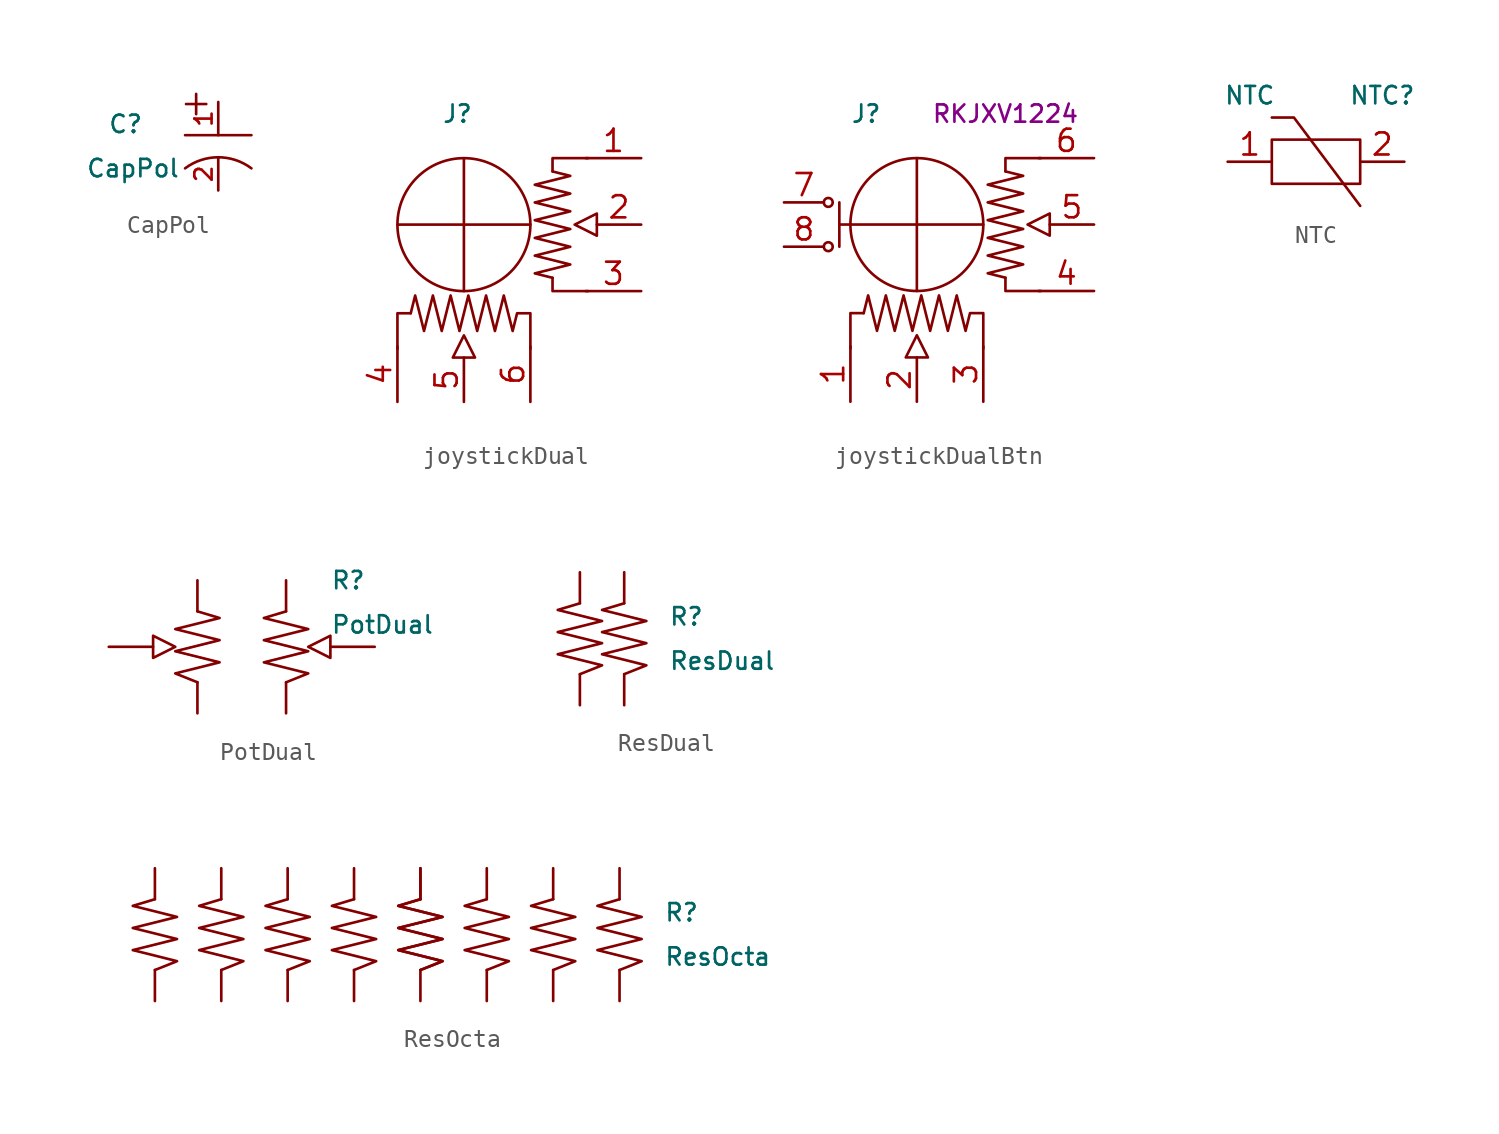
<source format=kicad_sym>
(kicad_symbol_lib
  (version 20220914)
  (generator kicad_symbol_editor)
  (symbol "CapPol"
    (pin_names hide)
    (property "Reference" "C"
      (at -6.35 1.27 0)
      (effects (font (size 1 1)) (justify left)))
    (property "Value" "CapPol"
      (at -7.62 -1.27 0)
      (effects (font (size 1 1)) (justify left)))
    (symbol "CapPol_0_0"
      (text "+" (at -1.27 2.54 0) (effects (font (size 1.524 1.524)))))
    (symbol "CapPol_0_1"
      (polyline (pts (xy -1.905 0.635) (xy 1.905 0.635)) (stroke (width 0) (type default)) (fill (type none)))
      (arc (start 1.905 -1.27) (mid 0 -0.635) (end -1.905 -1.27) (stroke (width 0) (type default)) (fill (type none))))
    (symbol "CapPol_1_1"
      (pin passive line (at 0 2.54 270) (length 1.905) (name "1" (effects (font (size 0.991 0.991)))) (number "1" (effects (font (size 0.991 0.991)))))
      (pin passive line (at 0 -2.54 90) (length 1.905) (name "2" (effects (font (size 0.991 0.991)))) (number "2" (effects (font (size 0.991 0.991)))))))
  (symbol "joystickDual"
    (pin_names hide)
    (property "Reference" "J"
      (at -1.27 6.35 0)
      (effects (font (size 0.991 0.991)) (justify left)))
    (symbol "joystickDual_0_1"
      (polyline (pts (xy -3.81 0) (xy 3.81 0)) (stroke (width 0) (type default)) (fill (type none)))
      (polyline (pts (xy 0 3.81) (xy 0 -3.81)) (stroke (width 0) (type default)) (fill (type none)))
      (polyline (pts (xy -3.048 -5.08) (xy -3.81 -5.08) (xy -3.81 -7.112)) (stroke (width 0) (type default)) (fill (type none)))
      (polyline (pts (xy 5.08 -3.048) (xy 5.08 -3.81) (xy 7.112 -3.81)) (stroke (width 0) (type default)) (fill (type none)))
      (polyline (pts (xy 5.08 3.048) (xy 5.08 3.81) (xy 7.112 3.81)) (stroke (width 0) (type default)) (fill (type none)))
      (polyline (pts (xy -0.635 -7.62) (xy 0 -6.35) (xy 0.635 -7.62) (xy -0.635 -7.62)) (stroke (width 0) (type default)) (fill (type none)))
      (polyline (pts (xy 7.62 0.635) (xy 7.62 -0.635) (xy 6.35 0) (xy 7.62 0.635)) (stroke (width 0) (type default)) (fill (type none)))
      (polyline (pts (xy 5.08 -3.048) (xy 4.064 -2.794) (xy 6.096 -2.286) (xy 4.064 -1.778) (xy 6.096 -1.27) (xy 4.064 -0.762) (xy 6.096 -0.254) (xy 4.064 0.254) (xy 6.096 0.762) (xy 4.064 1.27) (xy 6.096 1.778) (xy 4.064 2.286) (xy 6.096 2.794) (xy 5.08 3.048)) (stroke (width 0) (type default)) (fill (type none)))
      (circle (center 0 0) (radius 3.81) (stroke (width 0) (type default)) (fill (type none))))
    (symbol "joystickDual_1_1"
      (polyline (pts (xy -3.048 -5.08) (xy -2.794 -4.064) (xy -2.286 -6.096) (xy -1.778 -4.064) (xy -1.27 -6.096) (xy -0.762 -4.064) (xy -0.254 -6.096) (xy 0.254 -4.064) (xy 0.762 -6.096) (xy 1.27 -4.064) (xy 1.778 -6.096) (xy 2.286 -4.064) (xy 2.794 -6.096) (xy 3.048 -5.08) (xy 3.81 -5.08) (xy 3.81 -7.112)) (stroke (width 0) (type default)) (fill (type none)))
      (pin passive line (at 10.16 3.81 180) (length 3.175) (name "1" (effects (font (size 1.27 1.27)))) (number "1" (effects (font (size 1.27 1.27)))))
      (pin passive line (at 10.16 0 180) (length 2.54) (name "2" (effects (font (size 1.27 1.27)))) (number "2" (effects (font (size 1.27 1.27)))))
      (pin passive line (at 10.16 -3.81 180) (length 3.175) (name "3" (effects (font (size 1.27 1.27)))) (number "3" (effects (font (size 1.27 1.27)))))
      (pin passive line (at -3.81 -10.16 90) (length 3.175) (name "4" (effects (font (size 1.27 1.27)))) (number "4" (effects (font (size 1.27 1.27)))))
      (pin passive line (at 0 -10.16 90) (length 2.54) (name "5" (effects (font (size 1.27 1.27)))) (number "5" (effects (font (size 1.27 1.27)))))
      (pin passive line (at 3.81 -10.16 90) (length 3.175) (name "6" (effects (font (size 1.27 1.27)))) (number "6" (effects (font (size 1.27 1.27)))))))
  (symbol "joystickDualBtn"
    (pin_names hide)
    (property "Reference" "J"
      (at -3.81 6.35 0)
      (effects (font (size 0.991 0.991)) (justify left)))
    (property "MPN" "RKJXV1224"
      (at 5.08 6.35 0)
      (effects (font (size 0.991 0.991))))
    (symbol "joystickDualBtn_0_1"
      (circle (center -5.08 -1.27) (radius 0.254) (stroke (width 0) (type default)) (fill (type none)))
      (circle (center -5.08 1.27) (radius 0.254) (stroke (width 0) (type default)) (fill (type none)))
      (polyline (pts (xy -4.445 0) (xy -3.81 0)) (stroke (width 0) (type default)) (fill (type none)))
      (polyline (pts (xy -4.445 1.27) (xy -4.445 -1.27)) (stroke (width 0) (type default)) (fill (type none)))
      (polyline (pts (xy -3.81 0) (xy 3.81 0)) (stroke (width 0) (type default)) (fill (type none)))
      (polyline (pts (xy 0 3.81) (xy 0 -3.81)) (stroke (width 0) (type default)) (fill (type none)))
      (polyline (pts (xy -3.048 -5.08) (xy -3.81 -5.08) (xy -3.81 -7.112)) (stroke (width 0) (type default)) (fill (type none)))
      (polyline (pts (xy 5.08 -3.048) (xy 5.08 -3.81) (xy 7.112 -3.81)) (stroke (width 0) (type default)) (fill (type none)))
      (polyline (pts (xy 5.08 3.048) (xy 5.08 3.81) (xy 7.112 3.81)) (stroke (width 0) (type default)) (fill (type none)))
      (polyline (pts (xy -0.635 -7.62) (xy 0 -6.35) (xy 0.635 -7.62) (xy -0.635 -7.62)) (stroke (width 0) (type default)) (fill (type none)))
      (polyline (pts (xy 7.62 0.635) (xy 7.62 -0.635) (xy 6.35 0) (xy 7.62 0.635)) (stroke (width 0) (type default)) (fill (type none)))
      (polyline (pts (xy 5.08 -3.048) (xy 4.064 -2.794) (xy 6.096 -2.286) (xy 4.064 -1.778) (xy 6.096 -1.27) (xy 4.064 -0.762) (xy 6.096 -0.254) (xy 4.064 0.254) (xy 6.096 0.762) (xy 4.064 1.27) (xy 6.096 1.778) (xy 4.064 2.286) (xy 6.096 2.794) (xy 5.08 3.048)) (stroke (width 0) (type default)) (fill (type none)))
      (circle (center 0 0) (radius 3.81) (stroke (width 0) (type default)) (fill (type none))))
    (symbol "joystickDualBtn_1_1"
      (polyline (pts (xy -3.048 -5.08) (xy -2.794 -4.064) (xy -2.286 -6.096) (xy -1.778 -4.064) (xy -1.27 -6.096) (xy -0.762 -4.064) (xy -0.254 -6.096) (xy 0.254 -4.064) (xy 0.762 -6.096) (xy 1.27 -4.064) (xy 1.778 -6.096) (xy 2.286 -4.064) (xy 2.794 -6.096) (xy 3.048 -5.08) (xy 3.81 -5.08) (xy 3.81 -7.112)) (stroke (width 0) (type default)) (fill (type none)))
      (pin passive line (at -3.81 -10.16 90) (length 3.175) (name "~" (effects (font (size 1.27 1.27)))) (number "1" (effects (font (size 1.27 1.27)))))
      (pin passive line (at 0 -10.16 90) (length 2.54) (name "~" (effects (font (size 1.27 1.27)))) (number "2" (effects (font (size 1.27 1.27)))))
      (pin passive line (at 3.81 -10.16 90) (length 3.175) (name "~" (effects (font (size 1.27 1.27)))) (number "3" (effects (font (size 1.27 1.27)))))
      (pin passive line (at 10.16 -3.81 180) (length 3.175) (name "~" (effects (font (size 1.27 1.27)))) (number "4" (effects (font (size 1.27 1.27)))))
      (pin passive line (at 10.16 0 180) (length 2.54) (name "~" (effects (font (size 1.27 1.27)))) (number "5" (effects (font (size 1.27 1.27)))))
      (pin passive line (at 10.16 3.81 180) (length 3.175) (name "~" (effects (font (size 1.27 1.27)))) (number "6" (effects (font (size 1.27 1.27)))))
      (pin passive line (at -7.62 1.27 0) (length 2.286) (name "7" (effects (font (size 1.27 1.27)))) (number "7" (effects (font (size 1.27 1.27)))))
      (pin passive line (at -7.62 -1.27 0) (length 2.286) (name "8" (effects (font (size 1.27 1.27)))) (number "8" (effects (font (size 1.27 1.27)))))))
  (symbol "NTC"
    (property "Reference" "NTC"
      (at 3.81 3.81 0)
      (effects (font (size 1 1))))
    (property "Value" "NTC"
      (at -3.81 3.81 0)
      (effects (font (size 1 1))))
    (symbol "NTC_0_1"
      (polyline (pts (xy -2.54 2.54) (xy -1.27 2.54) (xy 2.54 -2.54)) (stroke (width 0) (type default)) (fill (type none)))
      (polyline (pts (xy -2.54 1.27) (xy -2.54 -1.27) (xy 2.54 -1.27) (xy 2.54 1.27) (xy -2.54 1.27)) (stroke (width 0) (type default)) (fill (type none))))
    (symbol "NTC_1_1"
      (pin passive line (at -5.08 0 0) (length 2.54) (name "~" (effects (font (size 1.27 1.27)))) (number "1" (effects (font (size 1.27 1.27)))))
      (pin passive line (at 5.08 0 180) (length 2.54) (name "~" (effects (font (size 1.27 1.27)))) (number "2" (effects (font (size 1.27 1.27)))))))
  (symbol "PotDual"
    (pin_numbers hide)
    (pin_names hide)
    (property "Reference" "R"
      (at 5.08 3.81 0)
      (effects (font (size 0.991 0.991)) (justify left)))
    (property "Value" "PotDual"
      (at 5.08 1.27 0)
      (effects (font (size 0.991 0.991)) (justify left)))
    (symbol "PotDual_0_1"
      (polyline (pts (xy 5.08 0.635) (xy 5.08 -0.635) (xy 3.81 0) (xy 5.08 0.635)) (stroke (width 0) (type default)) (fill (type none)))
      (polyline (pts (xy 2.54 2.032) (xy 1.27 1.651) (xy 3.81 1.016) (xy 1.27 0.381) (xy 3.81 -0.254) (xy 1.27 -0.889) (xy 3.81 -1.524) (xy 2.54 -2.032)) (stroke (width 0) (type default)) (fill (type none))))
    (symbol "PotDual_1_1"
      (polyline (pts (xy -5.08 0.635) (xy -5.08 -0.635) (xy -3.81 0) (xy -5.08 0.635)) (stroke (width 0) (type default)) (fill (type none)))
      (polyline (pts (xy -2.54 2.032) (xy -1.27 1.651) (xy -3.81 1.016) (xy -1.27 0.381) (xy -3.81 -0.254) (xy -1.27 -0.889) (xy -3.81 -1.524) (xy -2.54 -2.032)) (stroke (width 0) (type default)) (fill (type none)))
      (pin passive line (at -2.54 3.81 270) (length 1.778) (name "1" (effects (font (size 1.27 1.27)))) (number "1" (effects (font (size 1.27 1.27)))))
      (pin passive line (at 2.54 3.81 270) (length 1.778) (name "1" (effects (font (size 1.27 1.27)))) (number "1" (effects (font (size 1.27 1.27)))))
      (pin passive line (at -7.62 0 0) (length 2.54) (name "2" (effects (font (size 1.27 1.27)))) (number "2" (effects (font (size 1.27 1.27)))))
      (pin passive line (at 7.62 0 180) (length 2.54) (name "2" (effects (font (size 1.27 1.27)))) (number "2" (effects (font (size 1.27 1.27)))))
      (pin passive line (at -2.54 -3.81 90) (length 1.778) (name "3" (effects (font (size 1.27 1.27)))) (number "3" (effects (font (size 1.27 1.27)))))
      (pin passive line (at 2.54 -3.81 90) (length 1.778) (name "3" (effects (font (size 1.27 1.27)))) (number "3" (effects (font (size 1.27 1.27)))))))
  (symbol "ResDual"
    (pin_numbers hide)
    (pin_names hide)
    (property "Reference" "R"
      (at 3.81 1.27 0)
      (effects (font (size 0.991 0.991)) (justify left)))
    (property "Value" "ResDual"
      (at 3.81 -1.27 0)
      (effects (font (size 0.991 0.991)) (justify left)))
    (symbol "ResDual_0_1"
      (polyline (pts (xy -1.27 2.032) (xy -2.54 1.651) (xy 0 1.016) (xy -2.54 0.381) (xy 0 -0.254) (xy -2.54 -0.889) (xy 0 -1.524) (xy -1.27 -2.032)) (stroke (width 0) (type default)) (fill (type none)))
      (polyline (pts (xy 1.27 2.032) (xy 0 1.651) (xy 2.54 1.016) (xy 0 0.381) (xy 2.54 -0.254) (xy 0 -0.889) (xy 2.54 -1.524) (xy 1.27 -2.032)) (stroke (width 0) (type default)) (fill (type none))))
    (symbol "ResDual_1_1"
      (pin passive line (at 1.27 3.81 270) (length 1.778) (name "1" (effects (font (size 1.27 1.27)))) (number "1" (effects (font (size 1.27 1.27)))))
      (pin passive line (at -1.27 3.81 270) (length 1.778) (name "2" (effects (font (size 1.27 1.27)))) (number "2" (effects (font (size 1.27 1.27)))))
      (pin passive line (at -1.27 -3.81 90) (length 1.778) (name "3" (effects (font (size 1.27 1.27)))) (number "3" (effects (font (size 1.27 1.27)))))
      (pin passive line (at 1.27 -3.81 90) (length 1.778) (name "4" (effects (font (size 1.27 1.27)))) (number "4" (effects (font (size 1.27 1.27)))))))
  (symbol "ResOcta"
    (pin_numbers hide)
    (pin_names hide)
    (property "Reference" "R"
      (at 15.24 1.27 0)
      (effects (font (size 0.991 0.991)) (justify left)))
    (property "Value" "ResOcta"
      (at 15.24 -1.27 0)
      (effects (font (size 0.991 0.991)) (justify left)))
    (symbol "ResOcta_0_1"
      (polyline (pts (xy -13.97 2.032) (xy -15.24 1.651) (xy -12.7 1.016) (xy -15.24 0.381) (xy -12.7 -0.254) (xy -15.24 -0.889) (xy -12.7 -1.524) (xy -13.97 -2.032)) (stroke (width 0) (type default)) (fill (type none)))
      (polyline (pts (xy -10.16 2.032) (xy -11.43 1.651) (xy -8.89 1.016) (xy -11.43 0.381) (xy -8.89 -0.254) (xy -11.43 -0.889) (xy -8.89 -1.524) (xy -10.16 -2.032)) (stroke (width 0) (type default)) (fill (type none)))
      (polyline (pts (xy -6.35 2.032) (xy -7.62 1.651) (xy -5.08 1.016) (xy -7.62 0.381) (xy -5.08 -0.254) (xy -7.62 -0.889) (xy -5.08 -1.524) (xy -6.35 -2.032)) (stroke (width 0) (type default)) (fill (type none)))
      (polyline (pts (xy -2.54 2.032) (xy -3.81 1.651) (xy -1.27 1.016) (xy -3.81 0.381) (xy -1.27 -0.254) (xy -3.81 -0.889) (xy -1.27 -1.524) (xy -2.54 -2.032)) (stroke (width 0) (type default)) (fill (type none)))
      (polyline (pts (xy 1.27 2.032) (xy 0 1.651) (xy 2.54 1.016) (xy 0 0.381) (xy 2.54 -0.254) (xy 0 -0.889) (xy 2.54 -1.524) (xy 1.27 -2.032)) (stroke (width 0) (type default)) (fill (type none)))
      (polyline (pts (xy 1.27 2.032) (xy 0 1.651) (xy 2.54 1.016) (xy 0 0.381) (xy 2.54 -0.254) (xy 0 -0.889) (xy 2.54 -1.524) (xy 1.27 -2.032)) (stroke (width 0) (type default)) (fill (type none)))
      (polyline (pts (xy 5.08 2.032) (xy 3.81 1.651) (xy 6.35 1.016) (xy 3.81 0.381) (xy 6.35 -0.254) (xy 3.81 -0.889) (xy 6.35 -1.524) (xy 5.08 -2.032)) (stroke (width 0) (type default)) (fill (type none)))
      (polyline (pts (xy 8.89 2.032) (xy 7.62 1.651) (xy 10.16 1.016) (xy 7.62 0.381) (xy 10.16 -0.254) (xy 7.62 -0.889) (xy 10.16 -1.524) (xy 8.89 -2.032)) (stroke (width 0) (type default)) (fill (type none)))
      (polyline (pts (xy 12.7 2.032) (xy 11.43 1.651) (xy 13.97 1.016) (xy 11.43 0.381) (xy 13.97 -0.254) (xy 11.43 -0.889) (xy 13.97 -1.524) (xy 12.7 -2.032)) (stroke (width 0) (type default)) (fill (type none))))
    (symbol "ResOcta_1_1"
      (pin passive line (at 12.7 3.81 270) (length 1.778) (name "1" (effects (font (size 1.27 1.27)))) (number "1" (effects (font (size 1.27 1.27)))))
      (pin passive line (at -10.16 -3.81 90) (length 1.778) (name "10" (effects (font (size 1.27 1.27)))) (number "10" (effects (font (size 1.27 1.27)))))
      (pin passive line (at -6.35 -3.81 90) (length 1.778) (name "11" (effects (font (size 1.27 1.27)))) (number "11" (effects (font (size 1.27 1.27)))))
      (pin passive line (at -2.54 -3.81 90) (length 1.778) (name "12" (effects (font (size 1.27 1.27)))) (number "12" (effects (font (size 1.27 1.27)))))
      (pin passive line (at 1.27 -3.81 90) (length 1.778) (name "13" (effects (font (size 1.27 1.27)))) (number "13" (effects (font (size 1.27 1.27)))))
      (pin passive line (at 5.08 -3.81 90) (length 1.778) (name "14" (effects (font (size 1.27 1.27)))) (number "14" (effects (font (size 1.27 1.27)))))
      (pin passive line (at 8.89 -3.81 90) (length 1.778) (name "15" (effects (font (size 1.27 1.27)))) (number "15" (effects (font (size 1.27 1.27)))))
      (pin passive line (at 12.7 -3.81 90) (length 1.778) (name "16" (effects (font (size 1.27 1.27)))) (number "16" (effects (font (size 1.27 1.27)))))
      (pin passive line (at 8.89 3.81 270) (length 1.778) (name "2" (effects (font (size 1.27 1.27)))) (number "2" (effects (font (size 1.27 1.27)))))
      (pin passive line (at 5.08 3.81 270) (length 1.778) (name "3" (effects (font (size 1.27 1.27)))) (number "3" (effects (font (size 1.27 1.27)))))
      (pin passive line (at 1.27 3.81 270) (length 1.778) (name "4" (effects (font (size 1.27 1.27)))) (number "4" (effects (font (size 1.27 1.27)))))
      (pin passive line (at 1.27 3.81 270) (length 1.778) (name "4" (effects (font (size 1.27 1.27)))) (number "4" (effects (font (size 1.27 1.27)))))
      (pin passive line (at -2.54 3.81 270) (length 1.778) (name "5" (effects (font (size 1.27 1.27)))) (number "5" (effects (font (size 1.27 1.27)))))
      (pin passive line (at -6.35 3.81 270) (length 1.778) (name "6" (effects (font (size 1.27 1.27)))) (number "6" (effects (font (size 1.27 1.27)))))
      (pin passive line (at -10.16 3.81 270) (length 1.778) (name "7" (effects (font (size 1.27 1.27)))) (number "7" (effects (font (size 1.27 1.27)))))
      (pin passive line (at -13.97 3.81 270) (length 1.778) (name "8" (effects (font (size 1.27 1.27)))) (number "8" (effects (font (size 1.27 1.27)))))
      (pin passive line (at -13.97 -3.81 90) (length 1.778) (name "9" (effects (font (size 1.27 1.27)))) (number "9" (effects (font (size 1.27 1.27))))))))
</source>
